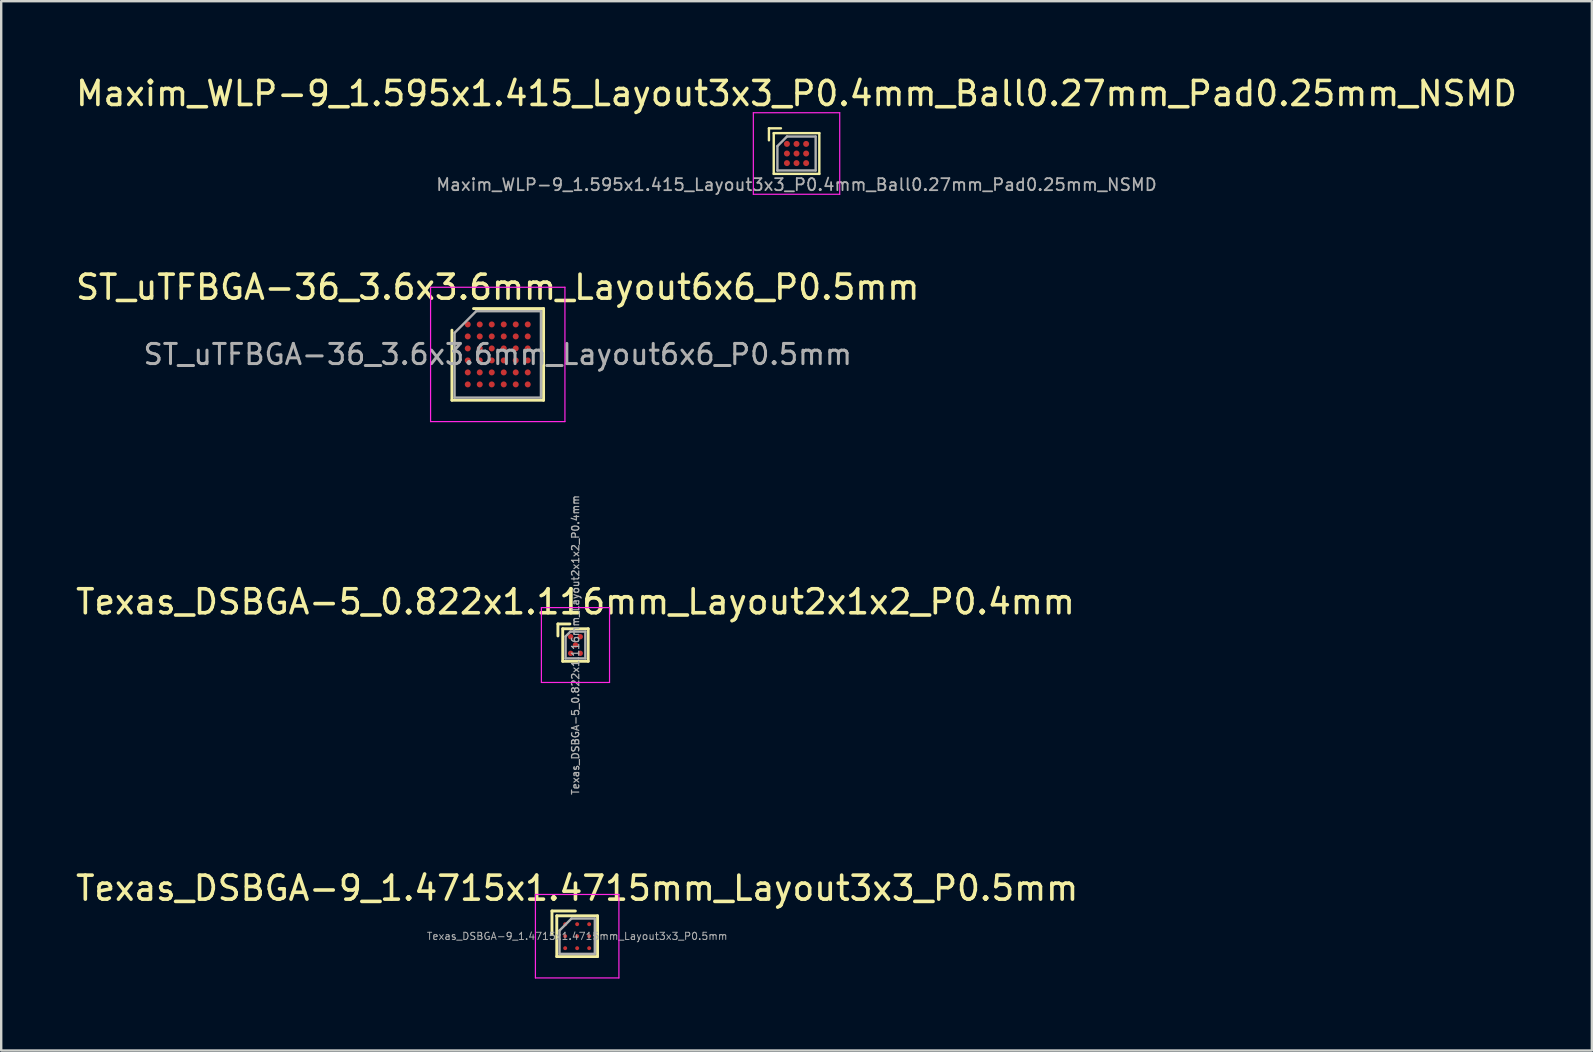
<source format=kicad_pcb>
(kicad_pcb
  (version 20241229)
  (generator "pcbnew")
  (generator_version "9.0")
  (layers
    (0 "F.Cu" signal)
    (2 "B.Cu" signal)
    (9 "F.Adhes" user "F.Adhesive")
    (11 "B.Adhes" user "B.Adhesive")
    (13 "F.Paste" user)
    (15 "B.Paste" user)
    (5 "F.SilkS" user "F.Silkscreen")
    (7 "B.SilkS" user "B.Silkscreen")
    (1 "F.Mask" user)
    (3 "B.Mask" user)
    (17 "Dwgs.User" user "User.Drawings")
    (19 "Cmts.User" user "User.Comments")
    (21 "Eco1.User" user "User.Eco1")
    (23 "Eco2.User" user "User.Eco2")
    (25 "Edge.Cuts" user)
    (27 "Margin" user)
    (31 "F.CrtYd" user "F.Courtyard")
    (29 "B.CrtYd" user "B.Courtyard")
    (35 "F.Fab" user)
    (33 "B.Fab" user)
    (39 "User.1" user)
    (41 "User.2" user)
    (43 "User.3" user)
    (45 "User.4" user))
  (footprint "Texas_DSBGA-9_1.4715x1.4715mm_Layout3x3_P0.5mm"
    (layer "F.Cu")
    (at 21.006 35.97)
    (property "Reference" "Texas_DSBGA-9_1.4715x1.4715mm_Layout3x3_P0.5mm" (at 0 -2 0) (layer "F.SilkS") (effects (font (size 1 1) (thickness 0.15))))
    (attr smd)
    (fp_line (start -1.05 -1.05) (end -1.05 -0.075) (stroke (width 0.12) (type solid)) (layer "F.SilkS"))
    (fp_line (start -0.85 -0.85) (end -0.85 0.85) (stroke (width 0.12) (type solid)) (layer "F.SilkS"))
    (fp_line (start -0.85 -0.85) (end 0.85 -0.85) (stroke (width 0.12) (type solid)) (layer "F.SilkS"))
    (fp_line (start -0.075 -1.05) (end -1.05 -1.05) (stroke (width 0.12) (type solid)) (layer "F.SilkS"))
    (fp_line (start 0.85 -0.85) (end 0.85 0.85) (stroke (width 0.12) (type solid)) (layer "F.SilkS"))
    (fp_line (start 0.85 0.85) (end -0.85 0.85) (stroke (width 0.12) (type solid)) (layer "F.SilkS"))
    (fp_line (start -1.74 -1.74) (end -1.74 1.74) (stroke (width 0.05) (type solid)) (layer "F.CrtYd"))
    (fp_line (start -1.74 1.74) (end 1.74 1.74) (stroke (width 0.05) (type solid)) (layer "F.CrtYd"))
    (fp_line (start 1.74 -1.74) (end -1.74 -1.74) (stroke (width 0.05) (type solid)) (layer "F.CrtYd"))
    (fp_line (start 1.74 1.74) (end 1.74 -1.74) (stroke (width 0.05) (type solid)) (layer "F.CrtYd"))
    (fp_line (start -0.736 -0.236) (end -0.736 0.736) (stroke (width 0.1) (type solid)) (layer "F.Fab"))
    (fp_line (start -0.736 -0.236) (end -0.236 -0.736) (stroke (width 0.1) (type solid)) (layer "F.Fab"))
    (fp_line (start -0.736 0.736) (end 0.736 0.736) (stroke (width 0.1) (type solid)) (layer "F.Fab"))
    (fp_line (start 0.736 -0.736) (end -0.236 -0.736) (stroke (width 0.1) (type solid)) (layer "F.Fab"))
    (fp_line (start 0.736 0.736) (end 0.736 -0.736) (stroke (width 0.1) (type solid)) (layer "F.Fab"))
    (fp_text user "${REFERENCE}" (at 0 0 0) (layer "F.Fab") (effects (font (size 0.3 0.3) (thickness 0.04))))
    (pad "" smd rect (at -0.5 -0.5) (size 0.3 0.3) (layers "F.Paste"))
    (pad "" smd rect (at -0.5 0) (size 0.3 0.3) (layers "F.Paste"))
    (pad "" smd rect (at -0.5 0.5) (size 0.3 0.3) (layers "F.Paste"))
    (pad "" smd rect (at 0 -0.5) (size 0.3 0.3) (layers "F.Paste"))
    (pad "" smd rect (at 0 0) (size 0.3 0.3) (layers "F.Paste"))
    (pad "" smd rect (at 0 0.5) (size 0.3 0.3) (layers "F.Paste"))
    (pad "" smd rect (at 0.5 -0.5) (size 0.3 0.3) (layers "F.Paste"))
    (pad "" smd rect (at 0.5 0) (size 0.3 0.3) (layers "F.Paste"))
    (pad "" smd rect (at 0.5 0.5) (size 0.3 0.3) (layers "F.Paste"))
    (pad "A1" smd circle (at -0.5 -0.5) (size 0.165 0.165) (layers "F.Cu" "F.Mask"))
    (pad "A2" smd circle (at 0 -0.5) (size 0.165 0.165) (layers "F.Cu" "F.Mask"))
    (pad "A3" smd circle (at 0.5 -0.5) (size 0.165 0.165) (layers "F.Cu" "F.Mask"))
    (pad "B1" smd circle (at -0.5 0) (size 0.165 0.165) (layers "F.Cu" "F.Mask"))
    (pad "B2" smd circle (at 0 0) (size 0.165 0.165) (layers "F.Cu" "F.Mask"))
    (pad "B3" smd circle (at 0.5 0) (size 0.165 0.165) (layers "F.Cu" "F.Mask" "F.Paste"))
    (pad "C1" smd circle (at -0.5 0.5) (size 0.165 0.165) (layers "F.Cu" "F.Mask"))
    (pad "C2" smd circle (at 0 0.5) (size 0.165 0.165) (layers "F.Cu" "F.Mask"))
    (pad "C3" smd circle (at 0.5 0.5) (size 0.165 0.165) (layers "F.Cu" "F.Mask")))
  (footprint "Texas_DSBGA-5_0.822x1.116mm_Layout2x1x2_P0.4mm"
    (layer "F.Cu")
    (at 20.935 23.834)
    (property "Reference" "Texas_DSBGA-5_0.822x1.116mm_Layout2x1x2_P0.4mm" (at 0 -1.8 0) (layer "F.SilkS") (effects (font (size 1 1) (thickness 0.15))))
    (attr smd)
    (fp_line (start -0.731 -0.878) (end -0.731 -0.378) (stroke (width 0.12) (type solid)) (layer "F.SilkS"))
    (fp_line (start -0.531 -0.678) (end -0.531 0.678) (stroke (width 0.12) (type solid)) (layer "F.SilkS"))
    (fp_line (start -0.531 0.678) (end 0.531 0.678) (stroke (width 0.12) (type solid)) (layer "F.SilkS"))
    (fp_line (start -0.231 -0.878) (end -0.731 -0.878) (stroke (width 0.12) (type solid)) (layer "F.SilkS"))
    (fp_line (start 0.531 -0.678) (end -0.531 -0.678) (stroke (width 0.12) (type solid)) (layer "F.SilkS"))
    (fp_line (start 0.531 -0.678) (end 0.531 0.678) (stroke (width 0.12) (type solid)) (layer "F.SilkS"))
    (fp_line (start -1.42 -1.56) (end -1.42 1.56) (stroke (width 0.05) (type solid)) (layer "F.CrtYd"))
    (fp_line (start -1.42 -1.56) (end 1.42 -1.56) (stroke (width 0.05) (type solid)) (layer "F.CrtYd"))
    (fp_line (start 1.42 1.56) (end -1.42 1.56) (stroke (width 0.05) (type solid)) (layer "F.CrtYd"))
    (fp_line (start 1.42 1.56) (end 1.42 -1.56) (stroke (width 0.05) (type solid)) (layer "F.CrtYd"))
    (fp_line (start -0.411 -0.358) (end -0.411 0.558) (stroke (width 0.1) (type solid)) (layer "F.Fab"))
    (fp_line (start -0.411 -0.358) (end -0.211 -0.558) (stroke (width 0.1) (type solid)) (layer "F.Fab"))
    (fp_line (start -0.411 0.558) (end 0.411 0.558) (stroke (width 0.1) (type solid)) (layer "F.Fab"))
    (fp_line (start 0.411 -0.558) (end -0.211 -0.558) (stroke (width 0.1) (type solid)) (layer "F.Fab"))
    (fp_line (start 0.411 0.558) (end 0.411 -0.558) (stroke (width 0.1) (type solid)) (layer "F.Fab"))
    (fp_text user "${REFERENCE}" (at 0 0 90) (layer "F.Fab") (effects (font (size 0.3 0.3) (thickness 0.05))))
    (pad "" smd rect (at -0.2 -0.346) (size 0.25 0.25) (layers "F.Paste"))
    (pad "" smd rect (at -0.2 0.346) (size 0.25 0.25) (layers "F.Paste"))
    (pad "" smd rect (at 0 0) (size 0.25 0.25) (layers "F.Paste"))
    (pad "" smd rect (at 0.2 -0.346) (size 0.25 0.25) (layers "F.Paste"))
    (pad "" smd rect (at 0.2 0.346) (size 0.25 0.25) (layers "F.Paste"))
    (pad "A1" smd circle (at -0.2 -0.346) (size 0.225 0.225) (layers "F.Cu" "F.Mask"))
    (pad "A3" smd circle (at 0.2 -0.346) (size 0.225 0.225) (layers "F.Cu" "F.Mask"))
    (pad "B2" smd circle (at 0 0) (size 0.225 0.225) (layers "F.Cu" "F.Mask"))
    (pad "C1" smd circle (at -0.2 0.346) (size 0.225 0.225) (layers "F.Cu" "F.Mask"))
    (pad "C3" smd circle (at 0.2 0.346) (size 0.225 0.225) (layers "F.Cu" "F.Mask")))
  (footprint "Maxim_WLP-9_1.595x1.415_Layout3x3_P0.4mm_Ball0.27mm_Pad0.25mm_NSMD"
    (layer "F.Cu")
    (at 30.149 3.348)
    (property "Reference" "Maxim_WLP-9_1.595x1.415_Layout3x3_P0.4mm_Ball0.27mm_Pad0.25mm_NSMD" (at 0 -2.5 0) (layer "F.SilkS") (effects (font (size 1 1) (thickness 0.15))))
    (attr smd)
    (fp_line (start -1.15 -1.05) (end -1.15 -0.55) (stroke (width 0.1) (type solid)) (layer "F.SilkS"))
    (fp_line (start -1.15 -1.05) (end -0.65 -1.05) (stroke (width 0.1) (type solid)) (layer "F.SilkS"))
    (fp_line (start -0.95 -0.85) (end -0.95 0.85) (stroke (width 0.1) (type solid)) (layer "F.SilkS"))
    (fp_line (start -0.95 -0.85) (end 0.95 -0.85) (stroke (width 0.1) (type solid)) (layer "F.SilkS"))
    (fp_line (start -0.95 0.85) (end 0.95 0.85) (stroke (width 0.1) (type solid)) (layer "F.SilkS"))
    (fp_line (start 0.95 -0.85) (end 0.95 0.85) (stroke (width 0.1) (type solid)) (layer "F.SilkS"))
    (fp_line (start -1.8 -1.7) (end 1.8 -1.7) (stroke (width 0.05) (type solid)) (layer "F.CrtYd"))
    (fp_line (start -1.8 1.7) (end -1.8 -1.7) (stroke (width 0.05) (type solid)) (layer "F.CrtYd"))
    (fp_line (start -1.8 1.7) (end 1.8 1.7) (stroke (width 0.05) (type solid)) (layer "F.CrtYd"))
    (fp_line (start 1.8 -1.7) (end 1.8 1.7) (stroke (width 0.05) (type solid)) (layer "F.CrtYd"))
    (fp_line (start -0.797 -0.307) (end -0.797 0.708) (stroke (width 0.1) (type solid)) (layer "F.Fab"))
    (fp_line (start -0.797 0.708) (end 0.797 0.708) (stroke (width 0.1) (type solid)) (layer "F.Fab"))
    (fp_line (start -0.398 -0.708) (end -0.797 -0.307) (stroke (width 0.1) (type solid)) (layer "F.Fab"))
    (fp_line (start -0.398 -0.708) (end 0.797 -0.708) (stroke (width 0.1) (type solid)) (layer "F.Fab"))
    (fp_line (start 0.797 -0.708) (end 0.797 0.708) (stroke (width 0.1) (type solid)) (layer "F.Fab"))
    (fp_text user "${REFERENCE}" (at 0 1.3 0) (layer "F.Fab") (effects (font (size 0.5 0.5) (thickness 0.075))))
    (pad "A1" smd circle (at -0.4 -0.4 90) (size 0.25 0.25) (layers "F.Cu" "F.Mask" "F.Paste"))
    (pad "A2" smd circle (at 0 -0.4 90) (size 0.25 0.25) (layers "F.Cu" "F.Mask" "F.Paste"))
    (pad "A3" smd circle (at 0.4 -0.4 90) (size 0.25 0.25) (layers "F.Cu" "F.Mask" "F.Paste"))
    (pad "B1" smd circle (at -0.4 0 90) (size 0.25 0.25) (layers "F.Cu" "F.Mask" "F.Paste"))
    (pad "B2" smd circle (at 0 0 90) (size 0.25 0.25) (layers "F.Cu" "F.Mask" "F.Paste"))
    (pad "B3" smd circle (at 0.4 0 90) (size 0.25 0.25) (layers "F.Cu" "F.Mask" "F.Paste"))
    (pad "C1" smd circle (at -0.4 0.4 90) (size 0.25 0.25) (layers "F.Cu" "F.Mask" "F.Paste"))
    (pad "C2" smd circle (at 0 0.4 90) (size 0.25 0.25) (layers "F.Cu" "F.Mask" "F.Paste"))
    (pad "C3" smd circle (at 0.4 0.4 90) (size 0.25 0.25) (layers "F.Cu" "F.Mask" "F.Paste")))
  (footprint "ST_uTFBGA-36_3.6x3.6mm_Layout6x6_P0.5mm"
    (layer "F.Cu")
    (at 17.696 11.722)
    (property "Reference" "ST_uTFBGA-36_3.6x3.6mm_Layout6x6_P0.5mm" (at 0 -2.8 0) (layer "F.SilkS") (effects (font (size 1 1) (thickness 0.15))))
    (attr smd)
    (fp_line (start -1.91 1.91) (end -1.91 -1.01) (stroke (width 0.12) (type solid)) (layer "F.SilkS"))
    (fp_line (start -1.01 -1.91) (end 1.91 -1.91) (stroke (width 0.12) (type solid)) (layer "F.SilkS"))
    (fp_line (start 1.91 -1.91) (end 1.91 1.91) (stroke (width 0.12) (type solid)) (layer "F.SilkS"))
    (fp_line (start 1.91 1.91) (end -1.91 1.91) (stroke (width 0.12) (type solid)) (layer "F.SilkS"))
    (fp_line (start -2.8 -2.8) (end -2.8 2.8) (stroke (width 0.05) (type solid)) (layer "F.CrtYd"))
    (fp_line (start -2.8 2.8) (end 2.8 2.8) (stroke (width 0.05) (type solid)) (layer "F.CrtYd"))
    (fp_line (start 2.8 -2.8) (end -2.8 -2.8) (stroke (width 0.05) (type solid)) (layer "F.CrtYd"))
    (fp_line (start 2.8 2.8) (end 2.8 -2.8) (stroke (width 0.05) (type solid)) (layer "F.CrtYd"))
    (fp_line (start -1.8 -0.9) (end -0.9 -1.8) (stroke (width 0.1) (type solid)) (layer "F.Fab"))
    (fp_line (start -1.8 1.8) (end -1.8 -0.9) (stroke (width 0.1) (type solid)) (layer "F.Fab"))
    (fp_line (start -0.9 -1.8) (end 1.8 -1.8) (stroke (width 0.1) (type solid)) (layer "F.Fab"))
    (fp_line (start 1.8 -1.8) (end 1.8 1.8) (stroke (width 0.1) (type solid)) (layer "F.Fab"))
    (fp_line (start 1.8 1.8) (end -1.8 1.8) (stroke (width 0.1) (type solid)) (layer "F.Fab"))
    (fp_text user "${REFERENCE}" (at 0 0 0) (layer "F.Fab") (effects (font (size 0.84 0.84) (thickness 0.126))))
    (pad "A1" smd circle (at -1.25 -1.25) (size 0.25 0.25) (layers "F.Cu" "F.Mask" "F.Paste"))
    (pad "A2" smd circle (at -0.75 -1.25) (size 0.25 0.25) (layers "F.Cu" "F.Mask" "F.Paste"))
    (pad "A3" smd circle (at -0.25 -1.25) (size 0.25 0.25) (layers "F.Cu" "F.Mask" "F.Paste"))
    (pad "A4" smd circle (at 0.25 -1.25) (size 0.25 0.25) (layers "F.Cu" "F.Mask" "F.Paste"))
    (pad "A5" smd circle (at 0.75 -1.25) (size 0.25 0.25) (layers "F.Cu" "F.Mask" "F.Paste"))
    (pad "A6" smd circle (at 1.25 -1.25) (size 0.25 0.25) (layers "F.Cu" "F.Mask" "F.Paste"))
    (pad "B1" smd circle (at -1.25 -0.75) (size 0.25 0.25) (layers "F.Cu" "F.Mask" "F.Paste"))
    (pad "B2" smd circle (at -0.75 -0.75) (size 0.25 0.25) (layers "F.Cu" "F.Mask" "F.Paste"))
    (pad "B3" smd circle (at -0.25 -0.75) (size 0.25 0.25) (layers "F.Cu" "F.Mask" "F.Paste"))
    (pad "B4" smd circle (at 0.25 -0.75) (size 0.25 0.25) (layers "F.Cu" "F.Mask" "F.Paste"))
    (pad "B5" smd circle (at 0.75 -0.75) (size 0.25 0.25) (layers "F.Cu" "F.Mask" "F.Paste"))
    (pad "B6" smd circle (at 1.25 -0.75) (size 0.25 0.25) (layers "F.Cu" "F.Mask" "F.Paste"))
    (pad "C1" smd circle (at -1.25 -0.25) (size 0.25 0.25) (layers "F.Cu" "F.Mask" "F.Paste"))
    (pad "C2" smd circle (at -0.75 -0.25) (size 0.25 0.25) (layers "F.Cu" "F.Mask" "F.Paste"))
    (pad "C3" smd circle (at -0.25 -0.25) (size 0.25 0.25) (layers "F.Cu" "F.Mask" "F.Paste"))
    (pad "C4" smd circle (at 0.25 -0.25) (size 0.25 0.25) (layers "F.Cu" "F.Mask" "F.Paste"))
    (pad "C5" smd circle (at 0.75 -0.25) (size 0.25 0.25) (layers "F.Cu" "F.Mask" "F.Paste"))
    (pad "C6" smd circle (at 1.25 -0.25) (size 0.25 0.25) (layers "F.Cu" "F.Mask" "F.Paste"))
    (pad "D1" smd circle (at -1.25 0.25) (size 0.25 0.25) (layers "F.Cu" "F.Mask" "F.Paste"))
    (pad "D2" smd circle (at -0.75 0.25) (size 0.25 0.25) (layers "F.Cu" "F.Mask" "F.Paste"))
    (pad "D3" smd circle (at -0.25 0.25) (size 0.25 0.25) (layers "F.Cu" "F.Mask" "F.Paste"))
    (pad "D4" smd circle (at 0.25 0.25) (size 0.25 0.25) (layers "F.Cu" "F.Mask" "F.Paste"))
    (pad "D5" smd circle (at 0.75 0.25) (size 0.25 0.25) (layers "F.Cu" "F.Mask" "F.Paste"))
    (pad "D6" smd circle (at 1.25 0.25) (size 0.25 0.25) (layers "F.Cu" "F.Mask" "F.Paste"))
    (pad "E1" smd circle (at -1.25 0.75) (size 0.25 0.25) (layers "F.Cu" "F.Mask" "F.Paste"))
    (pad "E2" smd circle (at -0.75 0.75) (size 0.25 0.25) (layers "F.Cu" "F.Mask" "F.Paste"))
    (pad "E3" smd circle (at -0.25 0.75) (size 0.25 0.25) (layers "F.Cu" "F.Mask" "F.Paste"))
    (pad "E4" smd circle (at 0.25 0.75) (size 0.25 0.25) (layers "F.Cu" "F.Mask" "F.Paste"))
    (pad "E5" smd circle (at 0.75 0.75) (size 0.25 0.25) (layers "F.Cu" "F.Mask" "F.Paste"))
    (pad "E6" smd circle (at 1.25 0.75) (size 0.25 0.25) (layers "F.Cu" "F.Mask" "F.Paste"))
    (pad "F1" smd circle (at -1.25 1.25) (size 0.25 0.25) (layers "F.Cu" "F.Mask" "F.Paste"))
    (pad "F2" smd circle (at -0.75 1.25) (size 0.25 0.25) (layers "F.Cu" "F.Mask" "F.Paste"))
    (pad "F3" smd circle (at -0.25 1.25) (size 0.25 0.25) (layers "F.Cu" "F.Mask" "F.Paste"))
    (pad "F4" smd circle (at 0.25 1.25) (size 0.25 0.25) (layers "F.Cu" "F.Mask" "F.Paste"))
    (pad "F5" smd circle (at 0.75 1.25) (size 0.25 0.25) (layers "F.Cu" "F.Mask" "F.Paste"))
    (pad "F6" smd circle (at 1.25 1.25) (size 0.25 0.25) (layers "F.Cu" "F.Mask" "F.Paste")))
  (gr_rect
    (start -3 -3)
    (end 63.298 40.735)
    (stroke (width 0.1) (type default))
    (fill no)
    (layer "Edge.Cuts")))
</source>
